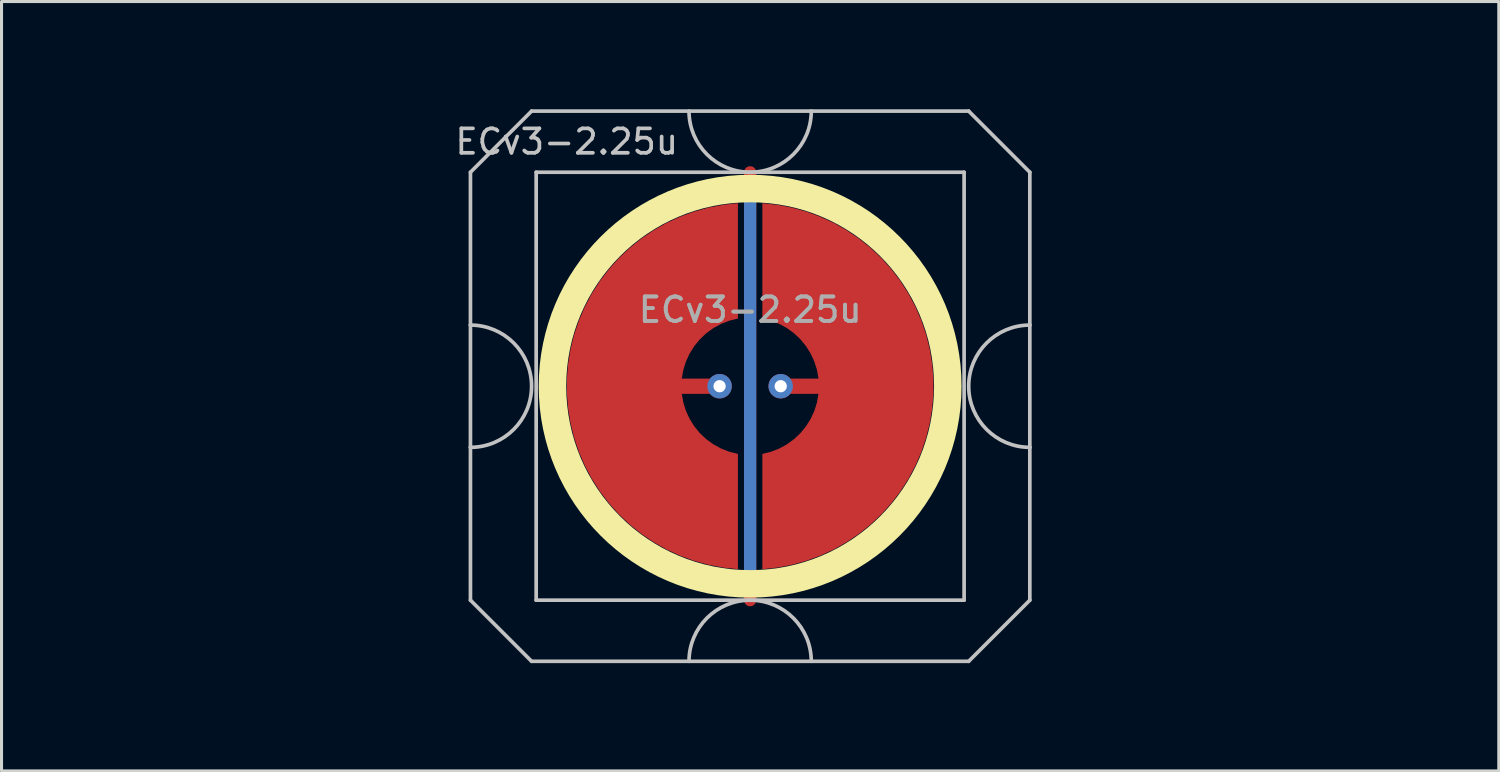
<source format=kicad_pcb>
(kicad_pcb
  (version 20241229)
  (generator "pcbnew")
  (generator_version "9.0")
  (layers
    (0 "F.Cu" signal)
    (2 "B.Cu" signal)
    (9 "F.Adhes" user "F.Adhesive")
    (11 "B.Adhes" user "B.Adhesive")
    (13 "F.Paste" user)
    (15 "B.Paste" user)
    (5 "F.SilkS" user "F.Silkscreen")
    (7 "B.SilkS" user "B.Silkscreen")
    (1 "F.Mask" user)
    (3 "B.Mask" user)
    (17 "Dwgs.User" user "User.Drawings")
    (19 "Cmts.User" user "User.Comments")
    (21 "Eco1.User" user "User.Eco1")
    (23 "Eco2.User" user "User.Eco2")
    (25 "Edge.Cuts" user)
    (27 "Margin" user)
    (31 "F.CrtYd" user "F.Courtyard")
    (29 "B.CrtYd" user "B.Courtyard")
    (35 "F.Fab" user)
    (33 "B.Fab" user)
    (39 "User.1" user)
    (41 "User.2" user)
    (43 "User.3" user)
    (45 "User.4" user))
  (footprint "ECv3-2.25u"
    (layer "F.Cu")
    (at 21.491 9.585)
    (property "Reference" "ECv3-2.25u" (at -6 -8 0) (layer "Dwgs.User") (effects (font (size 0.8 0.8) (thickness 0.12))))
    (attr through_hole exclude_from_pos_files exclude_from_bom)
    (fp_circle (center 0 0) (end 6.467 0) (stroke (width 0.9) (type solid)) (fill no) (layer "F.SilkS"))
    (fp_line (start -9.15 -7) (end -9.15 -2) (stroke (width 0.12) (type solid)) (layer "Dwgs.User"))
    (fp_line (start -9.15 -2) (end -9.15 2) (stroke (width 0.12) (type solid)) (layer "Dwgs.User"))
    (fp_line (start -9.15 2) (end -9.15 7) (stroke (width 0.12) (type solid)) (layer "Dwgs.User"))
    (fp_line (start -9.15 7) (end -7.15 9) (stroke (width 0.12) (type solid)) (layer "Dwgs.User"))
    (fp_line (start -7.15 -9) (end -9.15 -7) (stroke (width 0.12) (type solid)) (layer "Dwgs.User"))
    (fp_line (start -7.15 9) (end 7.15 9) (stroke (width 0.12) (type solid)) (layer "Dwgs.User"))
    (fp_line (start -7 -7) (end -7 7) (stroke (width 0.12) (type solid)) (layer "Dwgs.User"))
    (fp_line (start -7 7) (end 7 7) (stroke (width 0.12) (type solid)) (layer "Dwgs.User"))
    (fp_line (start 7 -7) (end -7 -7) (stroke (width 0.12) (type solid)) (layer "Dwgs.User"))
    (fp_line (start 7 7) (end 7 -7) (stroke (width 0.12) (type solid)) (layer "Dwgs.User"))
    (fp_line (start 7.15 -9) (end -7.15 -9) (stroke (width 0.12) (type solid)) (layer "Dwgs.User"))
    (fp_line (start 7.15 -9) (end 9.15 -7) (stroke (width 0.12) (type solid)) (layer "Dwgs.User"))
    (fp_line (start 7.15 9) (end 9.15 7) (stroke (width 0.12) (type solid)) (layer "Dwgs.User"))
    (fp_line (start 9.15 -2) (end 9.15 -7) (stroke (width 0.12) (type solid)) (layer "Dwgs.User"))
    (fp_line (start 9.15 -2) (end 9.15 2) (stroke (width 0.12) (type solid)) (layer "Dwgs.User"))
    (fp_line (start 9.15 7) (end 9.15 2) (stroke (width 0.12) (type solid)) (layer "Dwgs.User"))
    (fp_arc (start -9.15 -2) (mid -7.15 0) (end -9.15 2) (stroke (width 0.12) (type solid)) (layer "Dwgs.User"))
    (fp_arc (start -2 9) (mid 0 7) (end 2 9) (stroke (width 0.12) (type solid)) (layer "Dwgs.User"))
    (fp_arc (start 2 -9) (mid 0 -7) (end -2 -9) (stroke (width 0.12) (type solid)) (layer "Dwgs.User"))
    (fp_arc (start 9.15 2) (mid 7.15 0) (end 9.15 -2) (stroke (width 0.12) (type solid)) (layer "Dwgs.User"))
    (fp_line (start -16.075 -6) (end -16.075 5.5) (stroke (width 0.12) (type default)) (layer "Eco1.User"))
    (fp_line (start -16.075 -6) (end -15 -7.05) (stroke (width 0.12) (type default)) (layer "Eco1.User"))
    (fp_line (start -15 -7.05) (end 15 -7.05) (stroke (width 0.12) (type default)) (layer "Eco1.User"))
    (fp_line (start -13 7.05) (end -16.075 5.5) (stroke (width 0.12) (type default)) (layer "Eco1.User"))
    (fp_line (start 13 7.05) (end -13 7.05) (stroke (width 0.12) (type default)) (layer "Eco1.User"))
    (fp_line (start 13 7.05) (end 16.075 5.5) (stroke (width 0.12) (type default)) (layer "Eco1.User"))
    (fp_line (start 15 -7.05) (end 16.075 -6) (stroke (width 0.12) (type default)) (layer "Eco1.User"))
    (fp_line (start 16.075 -6) (end 16.075 5.5) (stroke (width 0.12) (type default)) (layer "Eco1.User"))
    (fp_line (start -21.431 -9.525) (end -21.431 9.525) (stroke (width 0.12) (type solid)) (layer "User.2"))
    (fp_line (start -21.431 -9.525) (end 21.431 -9.525) (stroke (width 0.12) (type solid)) (layer "User.2"))
    (fp_line (start -21.431 9.525) (end 21.431 9.525) (stroke (width 0.12) (type solid)) (layer "User.2"))
    (fp_line (start 21.431 -9.525) (end 21.431 9.525) (stroke (width 0.12) (type solid)) (layer "User.2"))
    (fp_circle (center -16.151 -7.147) (end -15.401 -7.147) (stroke (width 0.12) (type default)) (fill no) (layer "User.2"))
    (fp_circle (center -16.151 7.147) (end -15.151 7.147) (stroke (width 0.12) (type default)) (fill no) (layer "User.2"))
    (fp_circle (center 16.151 -7.147) (end 16.901 -7.147) (stroke (width 0.12) (type default)) (fill no) (layer "User.2"))
    (fp_circle (center 16.151 7.147) (end 17.151 7.147) (stroke (width 0.12) (type default)) (fill no) (layer "User.2"))
    (fp_text user "${REFERENCE}" (at 0 -2.5 0) (layer "F.Fab") (effects (font (size 0.8 0.8) (thickness 0.12))))
    (fp_text user "${REFERENCE}" (at 0 -2.5 0) (layer "F.Fab") (effects (font (size 0.8 0.8) (thickness 0.12))))
    (pad "1" smd custom (at -1 0) (size 0.4 0.4) (layers "F.Cu") (options (anchor circle)) (primitives (gr_poly (pts (xy 0.6 -2.214) (xy 0.32 -2.145) (xy 0.052 -2.041) (xy -0.201 -1.903) (xy -0.434 -1.734) (xy -0.644 -1.536) (xy -0.826 -1.314) (xy -0.979 -1.07) (xy -1.1 -0.808) (xy -1.186 -0.534) (xy -1.236 -0.25) (xy 0 -0.25) (xy 0.096 -0.231) (xy 0.177 -0.177) (xy 0.231 -0.096) (xy 0.25 0) (xy 0.231 0.096) (xy 0.177 0.177) (xy 0.096 0.231) (xy 0 0.25) (xy -1.236 0.25) (xy -1.186 0.534) (xy -1.1 0.808) (xy -0.979 1.07) (xy -0.826 1.314) (xy -0.644 1.536) (xy -0.434 1.734) (xy -0.201 1.903) (xy 0.052 2.041) (xy 0.32 2.145) (xy 0.6 2.214) (xy 0.6 5.987) (xy 0.115 5.934) (xy -0.364 5.843) (xy -0.834 5.713) (xy -1.292 5.545) (xy -1.735 5.341) (xy -2.159 5.101) (xy -2.563 4.827) (xy -2.943 4.522) (xy -3.298 4.187) (xy -3.623 3.824) (xy -3.919 3.436) (xy -4.182 3.025) (xy -4.41 2.594) (xy -4.603 2.147) (xy -4.759 1.684) (xy -4.876 1.211) (xy -4.955 0.73) (xy -4.995 0.244) (xy -4.995 -0.244) (xy -4.955 -0.73) (xy -4.876 -1.211) (xy -4.759 -1.684) (xy -4.603 -2.147) (xy -4.41 -2.594) (xy -4.182 -3.025) (xy -3.919 -3.436) (xy -3.623 -3.824) (xy -3.298 -4.187) (xy -2.943 -4.522) (xy -2.563 -4.827) (xy -2.159 -5.101) (xy -1.735 -5.341) (xy -1.292 -5.545) (xy -0.834 -5.713) (xy -0.364 -5.843) (xy 0.115 -5.934) (xy 0.6 -5.987)) (width 0) (fill yes))))
    (pad "1" thru_hole circle (at -1 0) (size 0.8 0.8) (drill 0.4) (layers "*.Cu"))
    (pad "2" smd custom (at 1 0 180) (size 0.4 0.4) (layers "F.Cu") (options (anchor circle)) (primitives (gr_poly (pts (xy 0.6 -2.214) (xy 0.32 -2.145) (xy 0.052 -2.041) (xy -0.201 -1.903) (xy -0.434 -1.734) (xy -0.644 -1.536) (xy -0.826 -1.314) (xy -0.979 -1.07) (xy -1.1 -0.808) (xy -1.186 -0.534) (xy -1.236 -0.25) (xy 0 -0.25) (xy 0.096 -0.231) (xy 0.177 -0.177) (xy 0.231 -0.096) (xy 0.25 0) (xy 0.231 0.096) (xy 0.177 0.177) (xy 0.096 0.231) (xy 0 0.25) (xy -1.236 0.25) (xy -1.186 0.534) (xy -1.1 0.808) (xy -0.979 1.07) (xy -0.826 1.314) (xy -0.644 1.536) (xy -0.434 1.734) (xy -0.201 1.903) (xy 0.052 2.041) (xy 0.32 2.145) (xy 0.6 2.214) (xy 0.6 5.987) (xy 0.115 5.934) (xy -0.364 5.843) (xy -0.834 5.713) (xy -1.292 5.545) (xy -1.735 5.341) (xy -2.159 5.101) (xy -2.563 4.827) (xy -2.943 4.522) (xy -3.298 4.187) (xy -3.623 3.824) (xy -3.919 3.436) (xy -4.182 3.025) (xy -4.41 2.594) (xy -4.603 2.147) (xy -4.759 1.684) (xy -4.876 1.211) (xy -4.955 0.73) (xy -4.995 0.244) (xy -4.995 -0.244) (xy -4.955 -0.73) (xy -4.876 -1.211) (xy -4.759 -1.684) (xy -4.603 -2.147) (xy -4.41 -2.594) (xy -4.182 -3.025) (xy -3.919 -3.436) (xy -3.623 -3.824) (xy -3.298 -4.187) (xy -2.943 -4.522) (xy -2.563 -4.827) (xy -2.159 -5.101) (xy -1.735 -5.341) (xy -1.292 -5.545) (xy -0.834 -5.713) (xy -0.364 -5.843) (xy 0.115 -5.934) (xy 0.6 -5.987)) (width 0) (fill yes))))
    (pad "2" thru_hole circle (at 1 0) (size 0.8 0.8) (drill 0.4) (layers "*.Cu"))
    (pad "3" smd custom (at 0 0) (size 0.4 0.4) (layers "F.Cu") (options (anchor rect)) (primitives (gr_line (start 0 -7) (end 0 7) (width 0.4))))
    (pad "3" smd custom (at 0 0) (size 0.4 0.4) (layers "B.Cu") (options (anchor rect)) (primitives (gr_line (start 0 -6.5) (end 0 6.5) (width 0.4))))
    (zone (net_name "") (layer "F.Cu") (hatch edge 0.508) (connect_pads) (min_thickness 0.254) (filled_areas_thickness no) (keepout (tracks allowed) (vias allowed) (pads allowed) (copperpour not_allowed) (footprints allowed)) (placement (enabled no)) (fill) (polygon (pts (xy 28.496 9.585) (xy 28.477 9.072) (xy 28.421 8.562) (xy 28.327 8.057) (xy 28.197 7.56) (xy 28.031 7.075) (xy 27.829 6.602) (xy 27.594 6.146) (xy 27.326 5.709) (xy 27.026 5.292) (xy 26.697 4.898) (xy 26.34 4.529) (xy 25.956 4.188) (xy 25.549 3.875) (xy 25.12 3.593) (xy 24.671 3.344) (xy 24.206 3.127) (xy 23.726 2.946) (xy 23.233 2.8) (xy 22.732 2.691) (xy 22.223 2.618) (xy 21.711 2.584) (xy 21.198 2.586) (xy 20.686 2.627) (xy 20.179 2.704) (xy 19.678 2.819) (xy 19.188 2.97) (xy 18.709 3.156) (xy 18.246 3.377) (xy 17.8 3.632) (xy 17.374 3.918) (xy 16.97 4.235) (xy 16.59 4.58) (xy 16.237 4.953) (xy 15.912 5.35) (xy 15.616 5.77) (xy 15.353 6.21) (xy 15.122 6.669) (xy 14.926 7.143) (xy 14.764 7.631) (xy 14.639 8.129) (xy 14.551 8.634) (xy 14.5 9.145) (xy 14.487 9.658) (xy 14.511 10.171) (xy 14.573 10.681) (xy 14.671 11.185) (xy 14.807 11.68) (xy 14.978 12.164) (xy 15.185 12.634) (xy 15.425 13.087) (xy 15.698 13.522) (xy 16.002 13.936) (xy 16.335 14.326) (xy 16.696 14.691) (xy 17.083 15.029) (xy 17.493 15.337) (xy 17.925 15.614) (xy 18.377 15.859) (xy 18.845 16.071) (xy 19.327 16.247) (xy 19.82 16.388) (xy 20.323 16.492) (xy 20.832 16.559) (xy 21.345 16.588) (xy 21.858 16.58) (xy 22.369 16.535) (xy 22.876 16.452) (xy 23.375 16.332) (xy 23.864 16.176) (xy 24.34 15.984) (xy 24.801 15.758) (xy 25.245 15.499) (xy 25.668 15.209) (xy 26.068 14.888) (xy 26.444 14.538) (xy 26.794 14.162) (xy 27.115 13.761) (xy 27.406 13.338) (xy 27.665 12.895) (xy 27.891 12.434) (xy 28.082 11.958) (xy 28.238 11.469) (xy 28.358 10.97) (xy 28.441 10.463) (xy 28.487 9.952))))
    (zone (net_name "") (layer "B.Cu") (hatch edge 0.508) (connect_pads) (min_thickness 0.254) (filled_areas_thickness no) (keepout (tracks allowed) (vias allowed) (pads allowed) (copperpour not_allowed) (footprints allowed)) (placement (enabled no)) (fill) (polygon (pts (xy 28.05 9.585) (xy 28.029 9.07) (xy 27.969 8.559) (xy 27.868 8.054) (xy 27.729 7.558) (xy 27.55 7.075) (xy 27.335 6.608) (xy 27.083 6.158) (xy 26.797 5.73) (xy 26.478 5.326) (xy 26.129 4.948) (xy 25.75 4.598) (xy 25.346 4.279) (xy 24.918 3.993) (xy 24.469 3.742) (xy 24.001 3.526) (xy 23.518 3.348) (xy 23.022 3.208) (xy 22.517 3.107) (xy 22.006 3.047) (xy 21.491 3.027) (xy 20.977 3.047) (xy 20.465 3.107) (xy 19.96 3.208) (xy 19.465 3.348) (xy 18.982 3.526) (xy 18.514 3.742) (xy 18.065 3.993) (xy 17.636 4.279) (xy 17.232 4.598) (xy 16.854 4.948) (xy 16.504 5.326) (xy 16.186 5.73) (xy 15.899 6.158) (xy 15.648 6.608) (xy 15.432 7.075) (xy 15.254 7.558) (xy 15.114 8.054) (xy 15.014 8.559) (xy 14.953 9.07) (xy 14.933 9.585) (xy 14.953 10.1) (xy 15.014 10.611) (xy 15.114 11.116) (xy 15.254 11.612) (xy 15.432 12.095) (xy 15.648 12.562) (xy 15.899 13.012) (xy 16.186 13.44) (xy 16.504 13.844) (xy 16.854 14.222) (xy 17.232 14.572) (xy 17.636 14.891) (xy 18.065 15.177) (xy 18.514 15.428) (xy 18.982 15.644) (xy 19.465 15.822) (xy 19.96 15.962) (xy 20.465 16.063) (xy 20.977 16.123) (xy 21.491 16.143) (xy 22.006 16.123) (xy 22.517 16.063) (xy 23.022 15.962) (xy 23.518 15.822) (xy 24.001 15.644) (xy 24.469 15.428) (xy 24.918 15.177) (xy 25.346 14.891) (xy 25.75 14.572) (xy 26.129 14.222) (xy 26.478 13.844) (xy 26.797 13.44) (xy 27.083 13.012) (xy 27.335 12.562) (xy 27.55 12.095) (xy 27.729 11.612) (xy 27.868 11.116) (xy 27.969 10.611) (xy 28.029 10.1)))))
  (gr_rect
    (start -3 -3)
    (end 45.983 22.17)
    (stroke (width 0.1) (type default))
    (fill no)
    (layer "Edge.Cuts")))
</source>
